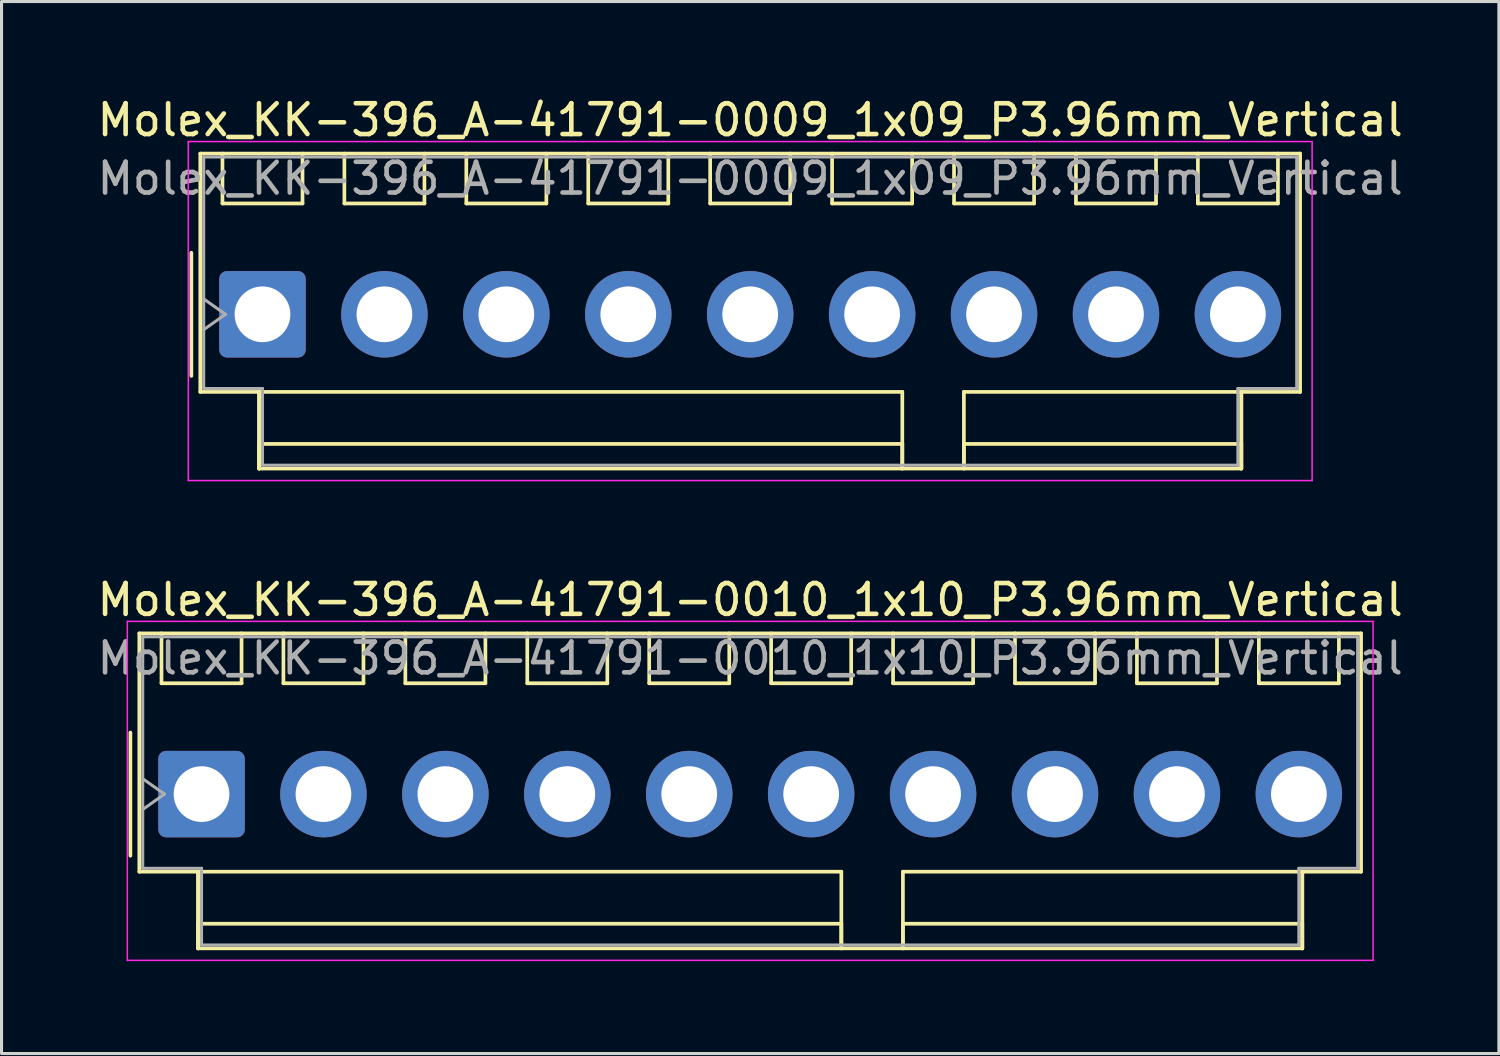
<source format=kicad_pcb>
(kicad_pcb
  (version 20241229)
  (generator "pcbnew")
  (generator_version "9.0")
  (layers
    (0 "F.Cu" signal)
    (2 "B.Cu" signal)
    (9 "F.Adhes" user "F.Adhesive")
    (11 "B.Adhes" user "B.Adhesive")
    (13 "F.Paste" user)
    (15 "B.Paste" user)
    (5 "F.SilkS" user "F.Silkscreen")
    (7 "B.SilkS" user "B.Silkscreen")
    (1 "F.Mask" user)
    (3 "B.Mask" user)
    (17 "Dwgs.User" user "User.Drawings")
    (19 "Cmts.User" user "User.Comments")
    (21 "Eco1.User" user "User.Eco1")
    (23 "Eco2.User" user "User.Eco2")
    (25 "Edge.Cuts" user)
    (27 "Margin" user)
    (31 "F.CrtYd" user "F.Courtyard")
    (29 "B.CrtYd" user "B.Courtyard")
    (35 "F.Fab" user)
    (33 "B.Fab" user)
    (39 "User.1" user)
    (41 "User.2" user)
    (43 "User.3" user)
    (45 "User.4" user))
  (footprint "Molex_KK-396_A-41791-0010_1x10_P3.96mm_Vertical"
    (layer "F.Cu")
    (at 3.495 22.741)
    (property "Reference" "Molex_KK-396_A-41791-0010_1x10_P3.96mm_Vertical" (at 17.82 -6.31 0) (layer "F.SilkS") (effects (font (size 1 1) (thickness 0.15))))
    (attr through_hole)
    (fp_line (start -2.31 -2) (end -2.31 2) (stroke (width 0.12) (type solid)) (layer "F.SilkS"))
    (fp_line (start -2.02 -5.22) (end 37.66 -5.22) (stroke (width 0.12) (type solid)) (layer "F.SilkS"))
    (fp_line (start -2.02 2.52) (end -2.02 -5.22) (stroke (width 0.12) (type solid)) (layer "F.SilkS"))
    (fp_line (start -1.3 -5.22) (end -1.3 -3.6) (stroke (width 0.12) (type solid)) (layer "F.SilkS"))
    (fp_line (start -1.3 -3.6) (end 1.3 -3.6) (stroke (width 0.12) (type solid)) (layer "F.SilkS"))
    (fp_line (start -0.11 2.52) (end -2.02 2.52) (stroke (width 0.12) (type solid)) (layer "F.SilkS"))
    (fp_line (start -0.11 2.52) (end 20.78 2.52) (stroke (width 0.12) (type solid)) (layer "F.SilkS"))
    (fp_line (start -0.11 4.21) (end 20.78 4.21) (stroke (width 0.12) (type solid)) (layer "F.SilkS"))
    (fp_line (start -0.11 5.01) (end -0.11 2.52) (stroke (width 0.12) (type solid)) (layer "F.SilkS"))
    (fp_line (start -0.11 5.01) (end -0.11 2.52) (stroke (width 0.12) (type solid)) (layer "F.SilkS"))
    (fp_line (start -0.11 5.01) (end -0.11 4.21) (stroke (width 0.12) (type solid)) (layer "F.SilkS"))
    (fp_line (start 1.3 -3.6) (end 1.3 -5.22) (stroke (width 0.12) (type solid)) (layer "F.SilkS"))
    (fp_line (start 2.66 -5.22) (end 2.66 -3.6) (stroke (width 0.12) (type solid)) (layer "F.SilkS"))
    (fp_line (start 2.66 -3.6) (end 5.26 -3.6) (stroke (width 0.12) (type solid)) (layer "F.SilkS"))
    (fp_line (start 5.26 -3.6) (end 5.26 -5.22) (stroke (width 0.12) (type solid)) (layer "F.SilkS"))
    (fp_line (start 6.62 -5.22) (end 6.62 -3.6) (stroke (width 0.12) (type solid)) (layer "F.SilkS"))
    (fp_line (start 6.62 -3.6) (end 9.22 -3.6) (stroke (width 0.12) (type solid)) (layer "F.SilkS"))
    (fp_line (start 9.22 -3.6) (end 9.22 -5.22) (stroke (width 0.12) (type solid)) (layer "F.SilkS"))
    (fp_line (start 10.58 -5.22) (end 10.58 -3.6) (stroke (width 0.12) (type solid)) (layer "F.SilkS"))
    (fp_line (start 10.58 -3.6) (end 13.18 -3.6) (stroke (width 0.12) (type solid)) (layer "F.SilkS"))
    (fp_line (start 13.18 -3.6) (end 13.18 -5.22) (stroke (width 0.12) (type solid)) (layer "F.SilkS"))
    (fp_line (start 14.54 -5.22) (end 14.54 -3.6) (stroke (width 0.12) (type solid)) (layer "F.SilkS"))
    (fp_line (start 14.54 -3.6) (end 17.14 -3.6) (stroke (width 0.12) (type solid)) (layer "F.SilkS"))
    (fp_line (start 17.14 -3.6) (end 17.14 -5.22) (stroke (width 0.12) (type solid)) (layer "F.SilkS"))
    (fp_line (start 18.5 -5.22) (end 18.5 -3.6) (stroke (width 0.12) (type solid)) (layer "F.SilkS"))
    (fp_line (start 18.5 -3.6) (end 21.1 -3.6) (stroke (width 0.12) (type solid)) (layer "F.SilkS"))
    (fp_line (start 20.78 2.52) (end 20.78 5.01) (stroke (width 0.12) (type solid)) (layer "F.SilkS"))
    (fp_line (start 20.78 4.21) (end 20.78 5.01) (stroke (width 0.12) (type solid)) (layer "F.SilkS"))
    (fp_line (start 21.1 -3.6) (end 21.1 -5.22) (stroke (width 0.12) (type solid)) (layer "F.SilkS"))
    (fp_line (start 22.46 -5.22) (end 22.46 -3.6) (stroke (width 0.12) (type solid)) (layer "F.SilkS"))
    (fp_line (start 22.46 -3.6) (end 25.06 -3.6) (stroke (width 0.12) (type solid)) (layer "F.SilkS"))
    (fp_line (start 22.78 2.52) (end 22.78 5.01) (stroke (width 0.12) (type solid)) (layer "F.SilkS"))
    (fp_line (start 22.78 4.21) (end 22.78 5.01) (stroke (width 0.12) (type solid)) (layer "F.SilkS"))
    (fp_line (start 25.06 -3.6) (end 25.06 -5.22) (stroke (width 0.12) (type solid)) (layer "F.SilkS"))
    (fp_line (start 26.42 -5.22) (end 26.42 -3.6) (stroke (width 0.12) (type solid)) (layer "F.SilkS"))
    (fp_line (start 26.42 -3.6) (end 29.02 -3.6) (stroke (width 0.12) (type solid)) (layer "F.SilkS"))
    (fp_line (start 29.02 -3.6) (end 29.02 -5.22) (stroke (width 0.12) (type solid)) (layer "F.SilkS"))
    (fp_line (start 30.38 -5.22) (end 30.38 -3.6) (stroke (width 0.12) (type solid)) (layer "F.SilkS"))
    (fp_line (start 30.38 -3.6) (end 32.98 -3.6) (stroke (width 0.12) (type solid)) (layer "F.SilkS"))
    (fp_line (start 32.98 -3.6) (end 32.98 -5.22) (stroke (width 0.12) (type solid)) (layer "F.SilkS"))
    (fp_line (start 34.34 -5.22) (end 34.34 -3.6) (stroke (width 0.12) (type solid)) (layer "F.SilkS"))
    (fp_line (start 34.34 -3.6) (end 36.94 -3.6) (stroke (width 0.12) (type solid)) (layer "F.SilkS"))
    (fp_line (start 35.75 2.52) (end 22.78 2.52) (stroke (width 0.12) (type solid)) (layer "F.SilkS"))
    (fp_line (start 35.75 2.52) (end 35.75 5.01) (stroke (width 0.12) (type solid)) (layer "F.SilkS"))
    (fp_line (start 35.75 4.21) (end 22.78 4.21) (stroke (width 0.12) (type solid)) (layer "F.SilkS"))
    (fp_line (start 35.75 5.01) (end -0.11 5.01) (stroke (width 0.12) (type solid)) (layer "F.SilkS"))
    (fp_line (start 35.75 5.01) (end 35.75 2.52) (stroke (width 0.12) (type solid)) (layer "F.SilkS"))
    (fp_line (start 35.75 5.01) (end 35.75 4.21) (stroke (width 0.12) (type solid)) (layer "F.SilkS"))
    (fp_line (start 36.94 -3.6) (end 36.94 -5.22) (stroke (width 0.12) (type solid)) (layer "F.SilkS"))
    (fp_line (start 37.66 -5.22) (end 37.66 2.52) (stroke (width 0.12) (type solid)) (layer "F.SilkS"))
    (fp_line (start 37.66 2.52) (end 35.75 2.52) (stroke (width 0.12) (type solid)) (layer "F.SilkS"))
    (fp_line (start -2.41 -5.61) (end -2.41 5.4) (stroke (width 0.05) (type solid)) (layer "F.CrtYd"))
    (fp_line (start -2.41 5.4) (end 38.05 5.4) (stroke (width 0.05) (type solid)) (layer "F.CrtYd"))
    (fp_line (start 38.05 -5.61) (end -2.41 -5.61) (stroke (width 0.05) (type solid)) (layer "F.CrtYd"))
    (fp_line (start 38.05 5.4) (end 38.05 -5.61) (stroke (width 0.05) (type solid)) (layer "F.CrtYd"))
    (fp_line (start -1.91 -5.11) (end 37.55 -5.11) (stroke (width 0.1) (type solid)) (layer "F.Fab"))
    (fp_line (start -1.91 -0.5) (end -1.203 0) (stroke (width 0.1) (type solid)) (layer "F.Fab"))
    (fp_line (start -1.91 2.41) (end -1.91 -5.11) (stroke (width 0.1) (type solid)) (layer "F.Fab"))
    (fp_line (start -1.203 0) (end -1.91 0.5) (stroke (width 0.1) (type solid)) (layer "F.Fab"))
    (fp_line (start 0 2.41) (end -1.91 2.41) (stroke (width 0.1) (type solid)) (layer "F.Fab"))
    (fp_line (start 0 4.9) (end 0 2.41) (stroke (width 0.1) (type solid)) (layer "F.Fab"))
    (fp_line (start 35.64 2.41) (end 35.64 4.9) (stroke (width 0.1) (type solid)) (layer "F.Fab"))
    (fp_line (start 35.64 4.9) (end 0 4.9) (stroke (width 0.1) (type solid)) (layer "F.Fab"))
    (fp_line (start 37.55 -5.11) (end 37.55 2.41) (stroke (width 0.1) (type solid)) (layer "F.Fab"))
    (fp_line (start 37.55 2.41) (end 35.64 2.41) (stroke (width 0.1) (type solid)) (layer "F.Fab"))
    (fp_text user "${REFERENCE}" (at 17.82 -4.41 0) (layer "F.Fab") (effects (font (size 1 1) (thickness 0.15))))
    (pad "1" thru_hole roundrect (at 0 0) (size 2.81 2.81) (drill 1.81) (layers "*.Cu" "*.Mask") (roundrect_rratio 0.089))
    (pad "2" thru_hole circle (at 3.96 0) (size 2.81 2.81) (drill 1.81) (layers "*.Cu" "*.Mask"))
    (pad "3" thru_hole circle (at 7.92 0) (size 2.81 2.81) (drill 1.81) (layers "*.Cu" "*.Mask"))
    (pad "4" thru_hole circle (at 11.88 0) (size 2.81 2.81) (drill 1.81) (layers "*.Cu" "*.Mask"))
    (pad "5" thru_hole circle (at 15.84 0) (size 2.81 2.81) (drill 1.81) (layers "*.Cu" "*.Mask"))
    (pad "6" thru_hole circle (at 19.8 0) (size 2.81 2.81) (drill 1.81) (layers "*.Cu" "*.Mask"))
    (pad "7" thru_hole circle (at 23.76 0) (size 2.81 2.81) (drill 1.81) (layers "*.Cu" "*.Mask"))
    (pad "8" thru_hole circle (at 27.72 0) (size 2.81 2.81) (drill 1.81) (layers "*.Cu" "*.Mask"))
    (pad "9" thru_hole circle (at 31.68 0) (size 2.81 2.81) (drill 1.81) (layers "*.Cu" "*.Mask"))
    (pad "10" thru_hole circle (at 35.64 0) (size 2.81 2.81) (drill 1.81) (layers "*.Cu" "*.Mask")))
  (footprint "Molex_KK-396_A-41791-0009_1x09_P3.96mm_Vertical"
    (layer "F.Cu")
    (at 5.475 7.158)
    (property "Reference" "Molex_KK-396_A-41791-0009_1x09_P3.96mm_Vertical" (at 15.84 -6.31 0) (layer "F.SilkS") (effects (font (size 1 1) (thickness 0.15))))
    (attr through_hole)
    (fp_line (start -2.31 -2) (end -2.31 2) (stroke (width 0.12) (type solid)) (layer "F.SilkS"))
    (fp_line (start -2.02 -5.22) (end 33.7 -5.22) (stroke (width 0.12) (type solid)) (layer "F.SilkS"))
    (fp_line (start -2.02 2.52) (end -2.02 -5.22) (stroke (width 0.12) (type solid)) (layer "F.SilkS"))
    (fp_line (start -1.3 -5.22) (end -1.3 -3.6) (stroke (width 0.12) (type solid)) (layer "F.SilkS"))
    (fp_line (start -1.3 -3.6) (end 1.3 -3.6) (stroke (width 0.12) (type solid)) (layer "F.SilkS"))
    (fp_line (start -0.11 2.52) (end -2.02 2.52) (stroke (width 0.12) (type solid)) (layer "F.SilkS"))
    (fp_line (start -0.11 2.52) (end 20.78 2.52) (stroke (width 0.12) (type solid)) (layer "F.SilkS"))
    (fp_line (start -0.11 4.21) (end 20.78 4.21) (stroke (width 0.12) (type solid)) (layer "F.SilkS"))
    (fp_line (start -0.11 5.01) (end -0.11 2.52) (stroke (width 0.12) (type solid)) (layer "F.SilkS"))
    (fp_line (start -0.11 5.01) (end -0.11 2.52) (stroke (width 0.12) (type solid)) (layer "F.SilkS"))
    (fp_line (start -0.11 5.01) (end -0.11 4.21) (stroke (width 0.12) (type solid)) (layer "F.SilkS"))
    (fp_line (start 1.3 -3.6) (end 1.3 -5.22) (stroke (width 0.12) (type solid)) (layer "F.SilkS"))
    (fp_line (start 2.66 -5.22) (end 2.66 -3.6) (stroke (width 0.12) (type solid)) (layer "F.SilkS"))
    (fp_line (start 2.66 -3.6) (end 5.26 -3.6) (stroke (width 0.12) (type solid)) (layer "F.SilkS"))
    (fp_line (start 5.26 -3.6) (end 5.26 -5.22) (stroke (width 0.12) (type solid)) (layer "F.SilkS"))
    (fp_line (start 6.62 -5.22) (end 6.62 -3.6) (stroke (width 0.12) (type solid)) (layer "F.SilkS"))
    (fp_line (start 6.62 -3.6) (end 9.22 -3.6) (stroke (width 0.12) (type solid)) (layer "F.SilkS"))
    (fp_line (start 9.22 -3.6) (end 9.22 -5.22) (stroke (width 0.12) (type solid)) (layer "F.SilkS"))
    (fp_line (start 10.58 -5.22) (end 10.58 -3.6) (stroke (width 0.12) (type solid)) (layer "F.SilkS"))
    (fp_line (start 10.58 -3.6) (end 13.18 -3.6) (stroke (width 0.12) (type solid)) (layer "F.SilkS"))
    (fp_line (start 13.18 -3.6) (end 13.18 -5.22) (stroke (width 0.12) (type solid)) (layer "F.SilkS"))
    (fp_line (start 14.54 -5.22) (end 14.54 -3.6) (stroke (width 0.12) (type solid)) (layer "F.SilkS"))
    (fp_line (start 14.54 -3.6) (end 17.14 -3.6) (stroke (width 0.12) (type solid)) (layer "F.SilkS"))
    (fp_line (start 17.14 -3.6) (end 17.14 -5.22) (stroke (width 0.12) (type solid)) (layer "F.SilkS"))
    (fp_line (start 18.5 -5.22) (end 18.5 -3.6) (stroke (width 0.12) (type solid)) (layer "F.SilkS"))
    (fp_line (start 18.5 -3.6) (end 21.1 -3.6) (stroke (width 0.12) (type solid)) (layer "F.SilkS"))
    (fp_line (start 20.78 2.52) (end 20.78 5.01) (stroke (width 0.12) (type solid)) (layer "F.SilkS"))
    (fp_line (start 20.78 4.21) (end 20.78 5.01) (stroke (width 0.12) (type solid)) (layer "F.SilkS"))
    (fp_line (start 21.1 -3.6) (end 21.1 -5.22) (stroke (width 0.12) (type solid)) (layer "F.SilkS"))
    (fp_line (start 22.46 -5.22) (end 22.46 -3.6) (stroke (width 0.12) (type solid)) (layer "F.SilkS"))
    (fp_line (start 22.46 -3.6) (end 25.06 -3.6) (stroke (width 0.12) (type solid)) (layer "F.SilkS"))
    (fp_line (start 22.78 2.52) (end 22.78 5.01) (stroke (width 0.12) (type solid)) (layer "F.SilkS"))
    (fp_line (start 22.78 4.21) (end 22.78 5.01) (stroke (width 0.12) (type solid)) (layer "F.SilkS"))
    (fp_line (start 25.06 -3.6) (end 25.06 -5.22) (stroke (width 0.12) (type solid)) (layer "F.SilkS"))
    (fp_line (start 26.42 -5.22) (end 26.42 -3.6) (stroke (width 0.12) (type solid)) (layer "F.SilkS"))
    (fp_line (start 26.42 -3.6) (end 29.02 -3.6) (stroke (width 0.12) (type solid)) (layer "F.SilkS"))
    (fp_line (start 29.02 -3.6) (end 29.02 -5.22) (stroke (width 0.12) (type solid)) (layer "F.SilkS"))
    (fp_line (start 30.38 -5.22) (end 30.38 -3.6) (stroke (width 0.12) (type solid)) (layer "F.SilkS"))
    (fp_line (start 30.38 -3.6) (end 32.98 -3.6) (stroke (width 0.12) (type solid)) (layer "F.SilkS"))
    (fp_line (start 31.79 2.52) (end 22.78 2.52) (stroke (width 0.12) (type solid)) (layer "F.SilkS"))
    (fp_line (start 31.79 2.52) (end 31.79 5.01) (stroke (width 0.12) (type solid)) (layer "F.SilkS"))
    (fp_line (start 31.79 4.21) (end 22.78 4.21) (stroke (width 0.12) (type solid)) (layer "F.SilkS"))
    (fp_line (start 31.79 5.01) (end -0.11 5.01) (stroke (width 0.12) (type solid)) (layer "F.SilkS"))
    (fp_line (start 31.79 5.01) (end 31.79 2.52) (stroke (width 0.12) (type solid)) (layer "F.SilkS"))
    (fp_line (start 31.79 5.01) (end 31.79 4.21) (stroke (width 0.12) (type solid)) (layer "F.SilkS"))
    (fp_line (start 32.98 -3.6) (end 32.98 -5.22) (stroke (width 0.12) (type solid)) (layer "F.SilkS"))
    (fp_line (start 33.7 -5.22) (end 33.7 2.52) (stroke (width 0.12) (type solid)) (layer "F.SilkS"))
    (fp_line (start 33.7 2.52) (end 31.79 2.52) (stroke (width 0.12) (type solid)) (layer "F.SilkS"))
    (fp_line (start -2.41 -5.61) (end -2.41 5.4) (stroke (width 0.05) (type solid)) (layer "F.CrtYd"))
    (fp_line (start -2.41 5.4) (end 34.09 5.4) (stroke (width 0.05) (type solid)) (layer "F.CrtYd"))
    (fp_line (start 34.09 -5.61) (end -2.41 -5.61) (stroke (width 0.05) (type solid)) (layer "F.CrtYd"))
    (fp_line (start 34.09 5.4) (end 34.09 -5.61) (stroke (width 0.05) (type solid)) (layer "F.CrtYd"))
    (fp_line (start -1.91 -5.11) (end 33.59 -5.11) (stroke (width 0.1) (type solid)) (layer "F.Fab"))
    (fp_line (start -1.91 -0.5) (end -1.203 0) (stroke (width 0.1) (type solid)) (layer "F.Fab"))
    (fp_line (start -1.91 2.41) (end -1.91 -5.11) (stroke (width 0.1) (type solid)) (layer "F.Fab"))
    (fp_line (start -1.203 0) (end -1.91 0.5) (stroke (width 0.1) (type solid)) (layer "F.Fab"))
    (fp_line (start 0 2.41) (end -1.91 2.41) (stroke (width 0.1) (type solid)) (layer "F.Fab"))
    (fp_line (start 0 4.9) (end 0 2.41) (stroke (width 0.1) (type solid)) (layer "F.Fab"))
    (fp_line (start 31.68 2.41) (end 31.68 4.9) (stroke (width 0.1) (type solid)) (layer "F.Fab"))
    (fp_line (start 31.68 4.9) (end 0 4.9) (stroke (width 0.1) (type solid)) (layer "F.Fab"))
    (fp_line (start 33.59 -5.11) (end 33.59 2.41) (stroke (width 0.1) (type solid)) (layer "F.Fab"))
    (fp_line (start 33.59 2.41) (end 31.68 2.41) (stroke (width 0.1) (type solid)) (layer "F.Fab"))
    (fp_text user "${REFERENCE}" (at 15.84 -4.41 0) (layer "F.Fab") (effects (font (size 1 1) (thickness 0.15))))
    (pad "1" thru_hole roundrect (at 0 0) (size 2.81 2.81) (drill 1.81) (layers "*.Cu" "*.Mask") (roundrect_rratio 0.089))
    (pad "2" thru_hole circle (at 3.96 0) (size 2.81 2.81) (drill 1.81) (layers "*.Cu" "*.Mask"))
    (pad "3" thru_hole circle (at 7.92 0) (size 2.81 2.81) (drill 1.81) (layers "*.Cu" "*.Mask"))
    (pad "4" thru_hole circle (at 11.88 0) (size 2.81 2.81) (drill 1.81) (layers "*.Cu" "*.Mask"))
    (pad "5" thru_hole circle (at 15.84 0) (size 2.81 2.81) (drill 1.81) (layers "*.Cu" "*.Mask"))
    (pad "6" thru_hole circle (at 19.8 0) (size 2.81 2.81) (drill 1.81) (layers "*.Cu" "*.Mask"))
    (pad "7" thru_hole circle (at 23.76 0) (size 2.81 2.81) (drill 1.81) (layers "*.Cu" "*.Mask"))
    (pad "8" thru_hole circle (at 27.72 0) (size 2.81 2.81) (drill 1.81) (layers "*.Cu" "*.Mask"))
    (pad "9" thru_hole circle (at 31.68 0) (size 2.81 2.81) (drill 1.81) (layers "*.Cu" "*.Mask")))
  (gr_rect
    (start -3 -3)
    (end 45.631 31.166)
    (stroke (width 0.1) (type default))
    (fill no)
    (layer "Edge.Cuts")))
</source>
